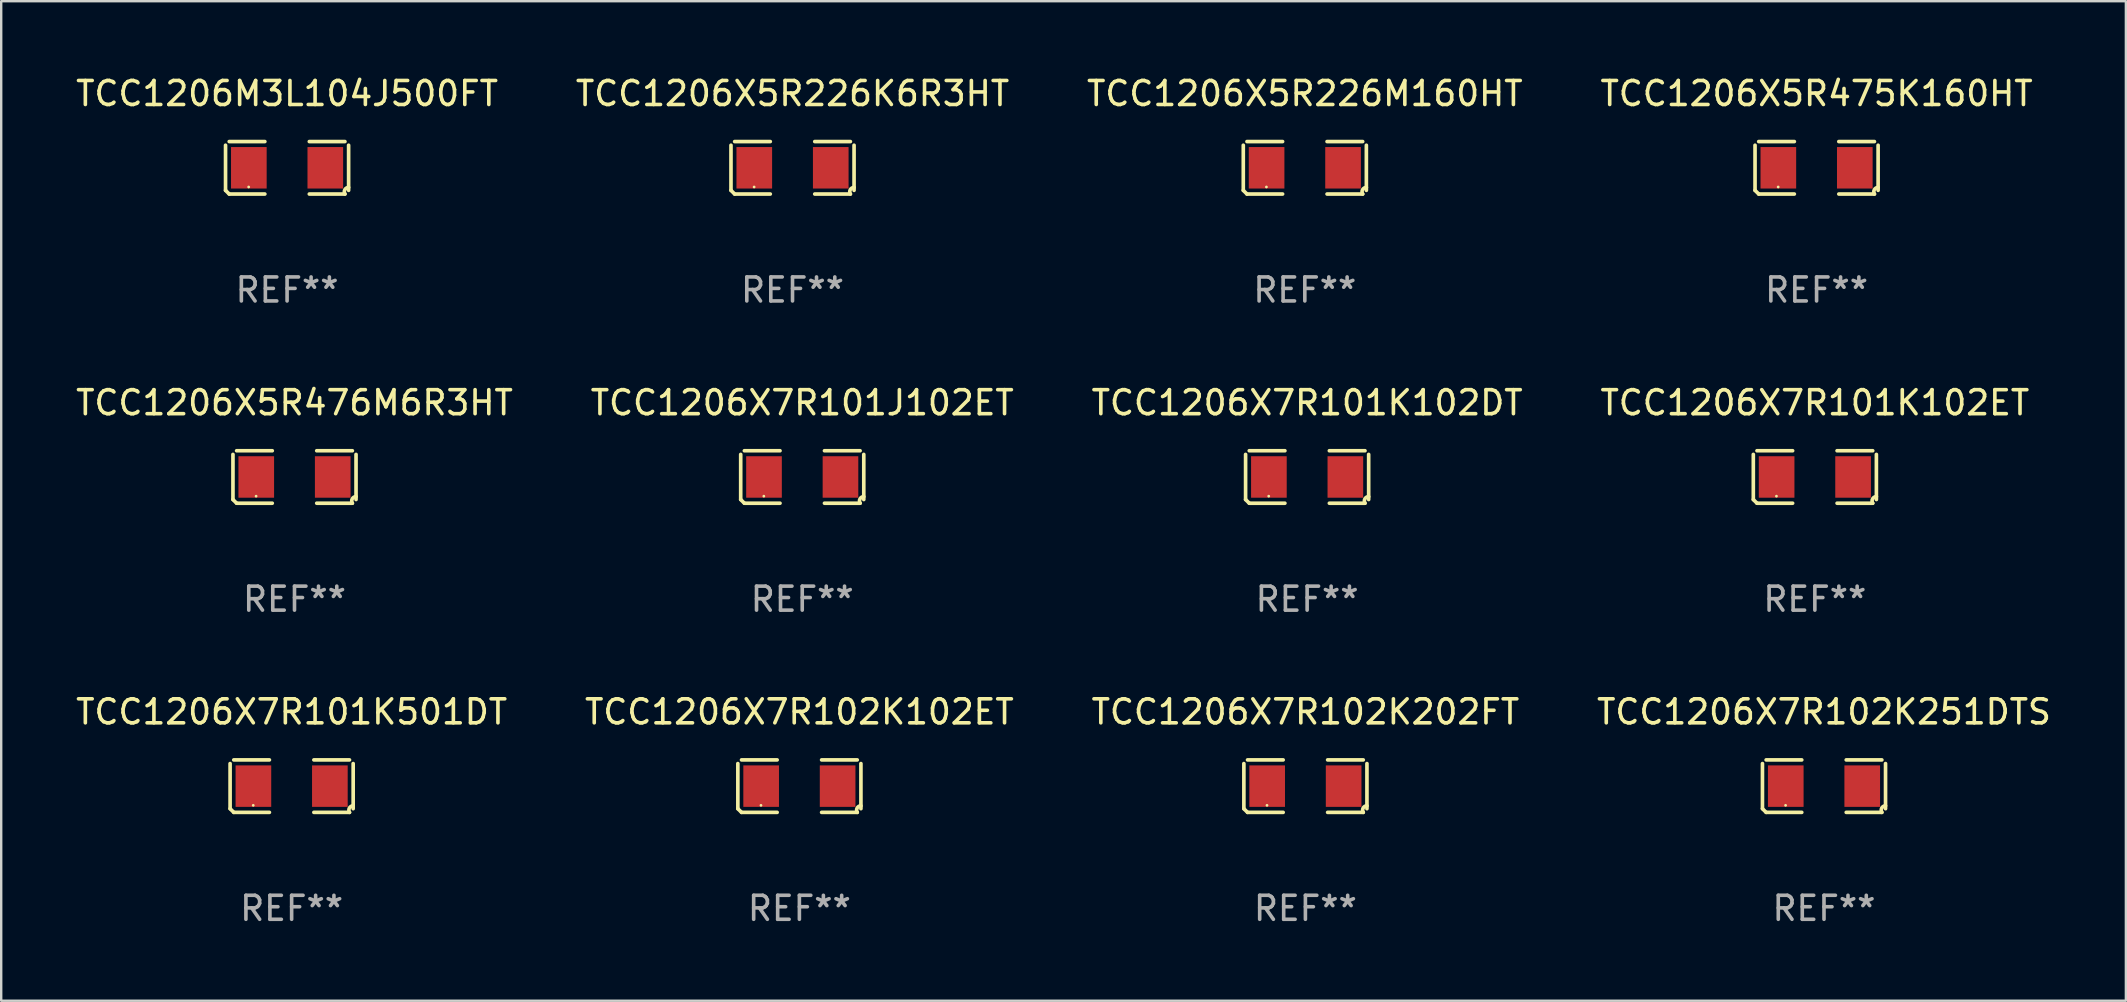
<source format=kicad_pcb>
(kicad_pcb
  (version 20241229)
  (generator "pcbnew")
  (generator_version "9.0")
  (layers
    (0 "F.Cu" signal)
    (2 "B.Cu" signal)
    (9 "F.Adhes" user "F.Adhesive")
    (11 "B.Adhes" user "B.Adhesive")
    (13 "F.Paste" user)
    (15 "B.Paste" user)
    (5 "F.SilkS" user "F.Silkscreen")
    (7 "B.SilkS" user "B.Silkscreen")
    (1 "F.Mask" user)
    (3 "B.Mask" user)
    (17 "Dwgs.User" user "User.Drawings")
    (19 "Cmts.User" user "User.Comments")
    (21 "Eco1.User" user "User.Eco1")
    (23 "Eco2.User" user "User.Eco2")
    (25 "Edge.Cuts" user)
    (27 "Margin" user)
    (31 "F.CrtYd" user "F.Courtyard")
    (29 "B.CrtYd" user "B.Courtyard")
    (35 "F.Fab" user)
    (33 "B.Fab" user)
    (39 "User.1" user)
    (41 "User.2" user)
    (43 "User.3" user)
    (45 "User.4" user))
  (footprint "TCC1206X7R102K102ET"
    (layer "F.Cu")
    (at 30.256 29.704)
    (property "Reference" "TCC1206X7R102K102ET" (at 0 -3.093 0) (layer "F.SilkS") (effects (font (size 1 1) (thickness 0.15))))
    (attr through_hole)
    (fp_line (start -2.564 0.94) (end -2.564 -0.94) (stroke (width 0.152) (type solid)) (layer "F.SilkS"))
    (fp_line (start -2.411 -1.093) (end -0.926 -1.093) (stroke (width 0.152) (type solid)) (layer "F.SilkS"))
    (fp_line (start -0.926 1.093) (end -2.411 1.093) (stroke (width 0.152) (type solid)) (layer "F.SilkS"))
    (fp_line (start 0.926 1.093) (end 2.411 1.093) (stroke (width 0.152) (type solid)) (layer "F.SilkS"))
    (fp_line (start 2.411 -1.093) (end 0.926 -1.093) (stroke (width 0.152) (type solid)) (layer "F.SilkS"))
    (fp_line (start 2.564 0.94) (end 2.564 -0.94) (stroke (width 0.152) (type solid)) (layer "F.SilkS"))
    (fp_arc (start -2.411201 1.092609) (mid -2.487413 1.01642) (end -2.563602 0.940208) (stroke (width 0.1524) (type solid)) (layer "F.SilkS"))
    (fp_arc (start 2.411201 1.092609) (mid 2.407159 0.911226) (end 2.563602 0.819347) (stroke (width 0.1524) (type solid)) (layer "F.SilkS"))
    (fp_circle (center -1.6 0.8) (end -1.57 0.8) (stroke (width 0.06) (type solid)) (fill no) (layer "F.SilkS"))
    (fp_text user "REF**" (at 0 5.093 0) (layer "F.Fab") (effects (font (size 1 1) (thickness 0.15))))
    (pad "1" smd rect (at -1.593 0) (size 1.485 1.728) (layers "F.Cu" "F.Mask" "F.Paste"))
    (pad "2" smd rect (at 1.593 0) (size 1.485 1.728) (layers "F.Cu" "F.Mask" "F.Paste")))
  (footprint "TCC1206X5R226K6R3HT"
    (layer "F.Cu")
    (at 29.97 3.941)
    (property "Reference" "TCC1206X5R226K6R3HT" (at 0 -3.093 0) (layer "F.SilkS") (effects (font (size 1 1) (thickness 0.15))))
    (attr through_hole)
    (fp_line (start -2.564 0.94) (end -2.564 -0.94) (stroke (width 0.152) (type solid)) (layer "F.SilkS"))
    (fp_line (start -2.411 -1.093) (end -0.926 -1.093) (stroke (width 0.152) (type solid)) (layer "F.SilkS"))
    (fp_line (start -0.926 1.093) (end -2.411 1.093) (stroke (width 0.152) (type solid)) (layer "F.SilkS"))
    (fp_line (start 0.926 1.093) (end 2.411 1.093) (stroke (width 0.152) (type solid)) (layer "F.SilkS"))
    (fp_line (start 2.411 -1.093) (end 0.926 -1.093) (stroke (width 0.152) (type solid)) (layer "F.SilkS"))
    (fp_line (start 2.564 0.94) (end 2.564 -0.94) (stroke (width 0.152) (type solid)) (layer "F.SilkS"))
    (fp_arc (start -2.411201 1.092609) (mid -2.487413 1.01642) (end -2.563602 0.940208) (stroke (width 0.1524) (type solid)) (layer "F.SilkS"))
    (fp_arc (start 2.411201 1.092609) (mid 2.407159 0.911226) (end 2.563602 0.819347) (stroke (width 0.1524) (type solid)) (layer "F.SilkS"))
    (fp_circle (center -1.6 0.8) (end -1.57 0.8) (stroke (width 0.06) (type solid)) (fill no) (layer "F.SilkS"))
    (fp_text user "REF**" (at 0 5.093 0) (layer "F.Fab") (effects (font (size 1 1) (thickness 0.15))))
    (pad "1" smd rect (at -1.593 0) (size 1.485 1.728) (layers "F.Cu" "F.Mask" "F.Paste"))
    (pad "2" smd rect (at 1.593 0) (size 1.485 1.728) (layers "F.Cu" "F.Mask" "F.Paste")))
  (footprint "TCC1206X7R102K202FT"
    (layer "F.Cu")
    (at 51.339 29.704)
    (property "Reference" "TCC1206X7R102K202FT" (at 0 -3.093 0) (layer "F.SilkS") (effects (font (size 1 1) (thickness 0.15))))
    (attr through_hole)
    (fp_line (start -2.564 0.94) (end -2.564 -0.94) (stroke (width 0.152) (type solid)) (layer "F.SilkS"))
    (fp_line (start -2.411 -1.093) (end -0.926 -1.093) (stroke (width 0.152) (type solid)) (layer "F.SilkS"))
    (fp_line (start -0.926 1.093) (end -2.411 1.093) (stroke (width 0.152) (type solid)) (layer "F.SilkS"))
    (fp_line (start 0.926 1.093) (end 2.411 1.093) (stroke (width 0.152) (type solid)) (layer "F.SilkS"))
    (fp_line (start 2.411 -1.093) (end 0.926 -1.093) (stroke (width 0.152) (type solid)) (layer "F.SilkS"))
    (fp_line (start 2.564 0.94) (end 2.564 -0.94) (stroke (width 0.152) (type solid)) (layer "F.SilkS"))
    (fp_arc (start -2.411201 1.092609) (mid -2.487413 1.01642) (end -2.563602 0.940208) (stroke (width 0.1524) (type solid)) (layer "F.SilkS"))
    (fp_arc (start 2.411201 1.092609) (mid 2.407159 0.911226) (end 2.563602 0.819347) (stroke (width 0.1524) (type solid)) (layer "F.SilkS"))
    (fp_circle (center -1.6 0.8) (end -1.57 0.8) (stroke (width 0.06) (type solid)) (fill no) (layer "F.SilkS"))
    (fp_text user "REF**" (at 0 5.093 0) (layer "F.Fab") (effects (font (size 1 1) (thickness 0.15))))
    (pad "1" smd rect (at -1.593 0) (size 1.485 1.728) (layers "F.Cu" "F.Mask" "F.Paste"))
    (pad "2" smd rect (at 1.593 0) (size 1.485 1.728) (layers "F.Cu" "F.Mask" "F.Paste")))
  (footprint "TCC1206X7R101K102ET"
    (layer "F.Cu")
    (at 72.565 16.823)
    (property "Reference" "TCC1206X7R101K102ET" (at 0 -3.093 0) (layer "F.SilkS") (effects (font (size 1 1) (thickness 0.15))))
    (attr through_hole)
    (fp_line (start -2.564 0.94) (end -2.564 -0.94) (stroke (width 0.152) (type solid)) (layer "F.SilkS"))
    (fp_line (start -2.411 -1.093) (end -0.926 -1.093) (stroke (width 0.152) (type solid)) (layer "F.SilkS"))
    (fp_line (start -0.926 1.093) (end -2.411 1.093) (stroke (width 0.152) (type solid)) (layer "F.SilkS"))
    (fp_line (start 0.926 1.093) (end 2.411 1.093) (stroke (width 0.152) (type solid)) (layer "F.SilkS"))
    (fp_line (start 2.411 -1.093) (end 0.926 -1.093) (stroke (width 0.152) (type solid)) (layer "F.SilkS"))
    (fp_line (start 2.564 0.94) (end 2.564 -0.94) (stroke (width 0.152) (type solid)) (layer "F.SilkS"))
    (fp_arc (start -2.411201 1.092609) (mid -2.487413 1.01642) (end -2.563602 0.940208) (stroke (width 0.1524) (type solid)) (layer "F.SilkS"))
    (fp_arc (start 2.411201 1.092609) (mid 2.407159 0.911226) (end 2.563602 0.819347) (stroke (width 0.1524) (type solid)) (layer "F.SilkS"))
    (fp_circle (center -1.6 0.8) (end -1.57 0.8) (stroke (width 0.06) (type solid)) (fill no) (layer "F.SilkS"))
    (fp_text user "REF**" (at 0 5.093 0) (layer "F.Fab") (effects (font (size 1 1) (thickness 0.15))))
    (pad "1" smd rect (at -1.593 0) (size 1.485 1.728) (layers "F.Cu" "F.Mask" "F.Paste"))
    (pad "2" smd rect (at 1.593 0) (size 1.485 1.728) (layers "F.Cu" "F.Mask" "F.Paste")))
  (footprint "TCC1206X7R101J102ET"
    (layer "F.Cu")
    (at 30.375 16.823)
    (property "Reference" "TCC1206X7R101J102ET" (at 0 -3.093 0) (layer "F.SilkS") (effects (font (size 1 1) (thickness 0.15))))
    (attr through_hole)
    (fp_line (start -2.564 0.94) (end -2.564 -0.94) (stroke (width 0.152) (type solid)) (layer "F.SilkS"))
    (fp_line (start -2.411 -1.093) (end -0.926 -1.093) (stroke (width 0.152) (type solid)) (layer "F.SilkS"))
    (fp_line (start -0.926 1.093) (end -2.411 1.093) (stroke (width 0.152) (type solid)) (layer "F.SilkS"))
    (fp_line (start 0.926 1.093) (end 2.411 1.093) (stroke (width 0.152) (type solid)) (layer "F.SilkS"))
    (fp_line (start 2.411 -1.093) (end 0.926 -1.093) (stroke (width 0.152) (type solid)) (layer "F.SilkS"))
    (fp_line (start 2.564 0.94) (end 2.564 -0.94) (stroke (width 0.152) (type solid)) (layer "F.SilkS"))
    (fp_arc (start -2.411201 1.092609) (mid -2.487413 1.01642) (end -2.563602 0.940208) (stroke (width 0.1524) (type solid)) (layer "F.SilkS"))
    (fp_arc (start 2.411201 1.092609) (mid 2.407159 0.911226) (end 2.563602 0.819347) (stroke (width 0.1524) (type solid)) (layer "F.SilkS"))
    (fp_circle (center -1.6 0.8) (end -1.57 0.8) (stroke (width 0.06) (type solid)) (fill no) (layer "F.SilkS"))
    (fp_text user "REF**" (at 0 5.093 0) (layer "F.Fab") (effects (font (size 1 1) (thickness 0.15))))
    (pad "1" smd rect (at -1.593 0) (size 1.485 1.728) (layers "F.Cu" "F.Mask" "F.Paste"))
    (pad "2" smd rect (at 1.593 0) (size 1.485 1.728) (layers "F.Cu" "F.Mask" "F.Paste")))
  (footprint "TCC1206X5R475K160HT"
    (layer "F.Cu")
    (at 72.637 3.941)
    (property "Reference" "TCC1206X5R475K160HT" (at 0 -3.093 0) (layer "F.SilkS") (effects (font (size 1 1) (thickness 0.15))))
    (attr through_hole)
    (fp_line (start -2.564 0.94) (end -2.564 -0.94) (stroke (width 0.152) (type solid)) (layer "F.SilkS"))
    (fp_line (start -2.411 -1.093) (end -0.926 -1.093) (stroke (width 0.152) (type solid)) (layer "F.SilkS"))
    (fp_line (start -0.926 1.093) (end -2.411 1.093) (stroke (width 0.152) (type solid)) (layer "F.SilkS"))
    (fp_line (start 0.926 1.093) (end 2.411 1.093) (stroke (width 0.152) (type solid)) (layer "F.SilkS"))
    (fp_line (start 2.411 -1.093) (end 0.926 -1.093) (stroke (width 0.152) (type solid)) (layer "F.SilkS"))
    (fp_line (start 2.564 0.94) (end 2.564 -0.94) (stroke (width 0.152) (type solid)) (layer "F.SilkS"))
    (fp_arc (start -2.411201 1.092609) (mid -2.487413 1.01642) (end -2.563602 0.940208) (stroke (width 0.1524) (type solid)) (layer "F.SilkS"))
    (fp_arc (start 2.411201 1.092609) (mid 2.407159 0.911226) (end 2.563602 0.819347) (stroke (width 0.1524) (type solid)) (layer "F.SilkS"))
    (fp_circle (center -1.6 0.8) (end -1.57 0.8) (stroke (width 0.06) (type solid)) (fill no) (layer "F.SilkS"))
    (fp_text user "REF**" (at 0 5.093 0) (layer "F.Fab") (effects (font (size 1 1) (thickness 0.15))))
    (pad "1" smd rect (at -1.593 0) (size 1.485 1.728) (layers "F.Cu" "F.Mask" "F.Paste"))
    (pad "2" smd rect (at 1.593 0) (size 1.485 1.728) (layers "F.Cu" "F.Mask" "F.Paste")))
  (footprint "TCC1206X7R102K251DTS"
    (layer "F.Cu")
    (at 72.946 29.704)
    (property "Reference" "TCC1206X7R102K251DTS" (at 0 -3.093 0) (layer "F.SilkS") (effects (font (size 1 1) (thickness 0.15))))
    (attr through_hole)
    (fp_line (start -2.564 0.94) (end -2.564 -0.94) (stroke (width 0.152) (type solid)) (layer "F.SilkS"))
    (fp_line (start -2.411 -1.093) (end -0.926 -1.093) (stroke (width 0.152) (type solid)) (layer "F.SilkS"))
    (fp_line (start -0.926 1.093) (end -2.411 1.093) (stroke (width 0.152) (type solid)) (layer "F.SilkS"))
    (fp_line (start 0.926 1.093) (end 2.411 1.093) (stroke (width 0.152) (type solid)) (layer "F.SilkS"))
    (fp_line (start 2.411 -1.093) (end 0.926 -1.093) (stroke (width 0.152) (type solid)) (layer "F.SilkS"))
    (fp_line (start 2.564 0.94) (end 2.564 -0.94) (stroke (width 0.152) (type solid)) (layer "F.SilkS"))
    (fp_arc (start -2.411201 1.092609) (mid -2.487413 1.01642) (end -2.563602 0.940208) (stroke (width 0.1524) (type solid)) (layer "F.SilkS"))
    (fp_arc (start 2.411201 1.092609) (mid 2.407159 0.911226) (end 2.563602 0.819347) (stroke (width 0.1524) (type solid)) (layer "F.SilkS"))
    (fp_circle (center -1.6 0.8) (end -1.57 0.8) (stroke (width 0.06) (type solid)) (fill no) (layer "F.SilkS"))
    (fp_text user "REF**" (at 0 5.093 0) (layer "F.Fab") (effects (font (size 1 1) (thickness 0.15))))
    (pad "1" smd rect (at -1.593 0) (size 1.485 1.728) (layers "F.Cu" "F.Mask" "F.Paste"))
    (pad "2" smd rect (at 1.593 0) (size 1.485 1.728) (layers "F.Cu" "F.Mask" "F.Paste")))
  (footprint "TCC1206X5R226M160HT"
    (layer "F.Cu")
    (at 51.315 3.941)
    (property "Reference" "TCC1206X5R226M160HT" (at 0 -3.093 0) (layer "F.SilkS") (effects (font (size 1 1) (thickness 0.15))))
    (attr through_hole)
    (fp_line (start -2.564 0.94) (end -2.564 -0.94) (stroke (width 0.152) (type solid)) (layer "F.SilkS"))
    (fp_line (start -2.411 -1.093) (end -0.926 -1.093) (stroke (width 0.152) (type solid)) (layer "F.SilkS"))
    (fp_line (start -0.926 1.093) (end -2.411 1.093) (stroke (width 0.152) (type solid)) (layer "F.SilkS"))
    (fp_line (start 0.926 1.093) (end 2.411 1.093) (stroke (width 0.152) (type solid)) (layer "F.SilkS"))
    (fp_line (start 2.411 -1.093) (end 0.926 -1.093) (stroke (width 0.152) (type solid)) (layer "F.SilkS"))
    (fp_line (start 2.564 0.94) (end 2.564 -0.94) (stroke (width 0.152) (type solid)) (layer "F.SilkS"))
    (fp_arc (start -2.411201 1.092609) (mid -2.487413 1.01642) (end -2.563602 0.940208) (stroke (width 0.1524) (type solid)) (layer "F.SilkS"))
    (fp_arc (start 2.411201 1.092609) (mid 2.407159 0.911226) (end 2.563602 0.819347) (stroke (width 0.1524) (type solid)) (layer "F.SilkS"))
    (fp_circle (center -1.6 0.8) (end -1.57 0.8) (stroke (width 0.06) (type solid)) (fill no) (layer "F.SilkS"))
    (fp_text user "REF**" (at 0 5.093 0) (layer "F.Fab") (effects (font (size 1 1) (thickness 0.15))))
    (pad "1" smd rect (at -1.593 0) (size 1.485 1.728) (layers "F.Cu" "F.Mask" "F.Paste"))
    (pad "2" smd rect (at 1.593 0) (size 1.485 1.728) (layers "F.Cu" "F.Mask" "F.Paste")))
  (footprint "TCC1206X7R101K501DT"
    (layer "F.Cu")
    (at 9.101 29.704)
    (property "Reference" "TCC1206X7R101K501DT" (at 0 -3.093 0) (layer "F.SilkS") (effects (font (size 1 1) (thickness 0.15))))
    (attr through_hole)
    (fp_line (start -2.564 0.94) (end -2.564 -0.94) (stroke (width 0.152) (type solid)) (layer "F.SilkS"))
    (fp_line (start -2.411 -1.093) (end -0.926 -1.093) (stroke (width 0.152) (type solid)) (layer "F.SilkS"))
    (fp_line (start -0.926 1.093) (end -2.411 1.093) (stroke (width 0.152) (type solid)) (layer "F.SilkS"))
    (fp_line (start 0.926 1.093) (end 2.411 1.093) (stroke (width 0.152) (type solid)) (layer "F.SilkS"))
    (fp_line (start 2.411 -1.093) (end 0.926 -1.093) (stroke (width 0.152) (type solid)) (layer "F.SilkS"))
    (fp_line (start 2.564 0.94) (end 2.564 -0.94) (stroke (width 0.152) (type solid)) (layer "F.SilkS"))
    (fp_arc (start -2.411201 1.092609) (mid -2.487413 1.01642) (end -2.563602 0.940208) (stroke (width 0.1524) (type solid)) (layer "F.SilkS"))
    (fp_arc (start 2.411201 1.092609) (mid 2.407159 0.911226) (end 2.563602 0.819347) (stroke (width 0.1524) (type solid)) (layer "F.SilkS"))
    (fp_circle (center -1.6 0.8) (end -1.57 0.8) (stroke (width 0.06) (type solid)) (fill no) (layer "F.SilkS"))
    (fp_text user "REF**" (at 0 5.093 0) (layer "F.Fab") (effects (font (size 1 1) (thickness 0.15))))
    (pad "1" smd rect (at -1.593 0) (size 1.485 1.728) (layers "F.Cu" "F.Mask" "F.Paste"))
    (pad "2" smd rect (at 1.593 0) (size 1.485 1.728) (layers "F.Cu" "F.Mask" "F.Paste")))
  (footprint "TCC1206M3L104J500FT"
    (layer "F.Cu")
    (at 8.911 3.941)
    (property "Reference" "TCC1206M3L104J500FT" (at 0 -3.093 0) (layer "F.SilkS") (effects (font (size 1 1) (thickness 0.15))))
    (attr through_hole)
    (fp_line (start -2.564 0.94) (end -2.564 -0.94) (stroke (width 0.152) (type solid)) (layer "F.SilkS"))
    (fp_line (start -2.411 -1.093) (end -0.926 -1.093) (stroke (width 0.152) (type solid)) (layer "F.SilkS"))
    (fp_line (start -0.926 1.093) (end -2.411 1.093) (stroke (width 0.152) (type solid)) (layer "F.SilkS"))
    (fp_line (start 0.926 1.093) (end 2.411 1.093) (stroke (width 0.152) (type solid)) (layer "F.SilkS"))
    (fp_line (start 2.411 -1.093) (end 0.926 -1.093) (stroke (width 0.152) (type solid)) (layer "F.SilkS"))
    (fp_line (start 2.564 0.94) (end 2.564 -0.94) (stroke (width 0.152) (type solid)) (layer "F.SilkS"))
    (fp_arc (start -2.411201 1.092609) (mid -2.487413 1.01642) (end -2.563602 0.940208) (stroke (width 0.1524) (type solid)) (layer "F.SilkS"))
    (fp_arc (start 2.411201 1.092609) (mid 2.407159 0.911226) (end 2.563602 0.819347) (stroke (width 0.1524) (type solid)) (layer "F.SilkS"))
    (fp_circle (center -1.6 0.8) (end -1.57 0.8) (stroke (width 0.06) (type solid)) (fill no) (layer "F.SilkS"))
    (fp_text user "REF**" (at 0 5.093 0) (layer "F.Fab") (effects (font (size 1 1) (thickness 0.15))))
    (pad "1" smd rect (at -1.593 0) (size 1.485 1.728) (layers "F.Cu" "F.Mask" "F.Paste"))
    (pad "2" smd rect (at 1.593 0) (size 1.485 1.728) (layers "F.Cu" "F.Mask" "F.Paste")))
  (footprint "TCC1206X7R101K102DT"
    (layer "F.Cu")
    (at 51.411 16.823)
    (property "Reference" "TCC1206X7R101K102DT" (at 0 -3.093 0) (layer "F.SilkS") (effects (font (size 1 1) (thickness 0.15))))
    (attr through_hole)
    (fp_line (start -2.564 0.94) (end -2.564 -0.94) (stroke (width 0.152) (type solid)) (layer "F.SilkS"))
    (fp_line (start -2.411 -1.093) (end -0.926 -1.093) (stroke (width 0.152) (type solid)) (layer "F.SilkS"))
    (fp_line (start -0.926 1.093) (end -2.411 1.093) (stroke (width 0.152) (type solid)) (layer "F.SilkS"))
    (fp_line (start 0.926 1.093) (end 2.411 1.093) (stroke (width 0.152) (type solid)) (layer "F.SilkS"))
    (fp_line (start 2.411 -1.093) (end 0.926 -1.093) (stroke (width 0.152) (type solid)) (layer "F.SilkS"))
    (fp_line (start 2.564 0.94) (end 2.564 -0.94) (stroke (width 0.152) (type solid)) (layer "F.SilkS"))
    (fp_arc (start -2.411201 1.092609) (mid -2.487413 1.01642) (end -2.563602 0.940208) (stroke (width 0.1524) (type solid)) (layer "F.SilkS"))
    (fp_arc (start 2.411201 1.092609) (mid 2.407159 0.911226) (end 2.563602 0.819347) (stroke (width 0.1524) (type solid)) (layer "F.SilkS"))
    (fp_circle (center -1.6 0.8) (end -1.57 0.8) (stroke (width 0.06) (type solid)) (fill no) (layer "F.SilkS"))
    (fp_text user "REF**" (at 0 5.093 0) (layer "F.Fab") (effects (font (size 1 1) (thickness 0.15))))
    (pad "1" smd rect (at -1.593 0) (size 1.485 1.728) (layers "F.Cu" "F.Mask" "F.Paste"))
    (pad "2" smd rect (at 1.593 0) (size 1.485 1.728) (layers "F.Cu" "F.Mask" "F.Paste")))
  (footprint "TCC1206X5R476M6R3HT"
    (layer "F.Cu")
    (at 9.22 16.823)
    (property "Reference" "TCC1206X5R476M6R3HT" (at 0 -3.093 0) (layer "F.SilkS") (effects (font (size 1 1) (thickness 0.15))))
    (attr through_hole)
    (fp_line (start -2.564 0.94) (end -2.564 -0.94) (stroke (width 0.152) (type solid)) (layer "F.SilkS"))
    (fp_line (start -2.411 -1.093) (end -0.926 -1.093) (stroke (width 0.152) (type solid)) (layer "F.SilkS"))
    (fp_line (start -0.926 1.093) (end -2.411 1.093) (stroke (width 0.152) (type solid)) (layer "F.SilkS"))
    (fp_line (start 0.926 1.093) (end 2.411 1.093) (stroke (width 0.152) (type solid)) (layer "F.SilkS"))
    (fp_line (start 2.411 -1.093) (end 0.926 -1.093) (stroke (width 0.152) (type solid)) (layer "F.SilkS"))
    (fp_line (start 2.564 0.94) (end 2.564 -0.94) (stroke (width 0.152) (type solid)) (layer "F.SilkS"))
    (fp_arc (start -2.411201 1.092609) (mid -2.487413 1.01642) (end -2.563602 0.940208) (stroke (width 0.1524) (type solid)) (layer "F.SilkS"))
    (fp_arc (start 2.411201 1.092609) (mid 2.407159 0.911226) (end 2.563602 0.819347) (stroke (width 0.1524) (type solid)) (layer "F.SilkS"))
    (fp_circle (center -1.6 0.8) (end -1.57 0.8) (stroke (width 0.06) (type solid)) (fill no) (layer "F.SilkS"))
    (fp_text user "REF**" (at 0 5.093 0) (layer "F.Fab") (effects (font (size 1 1) (thickness 0.15))))
    (pad "1" smd rect (at -1.593 0) (size 1.485 1.728) (layers "F.Cu" "F.Mask" "F.Paste"))
    (pad "2" smd rect (at 1.593 0) (size 1.485 1.728) (layers "F.Cu" "F.Mask" "F.Paste")))
  (gr_rect
    (start -3 -3)
    (end 85.524 38.645)
    (stroke (width 0.1) (type default))
    (fill no)
    (layer "Edge.Cuts")))
</source>
